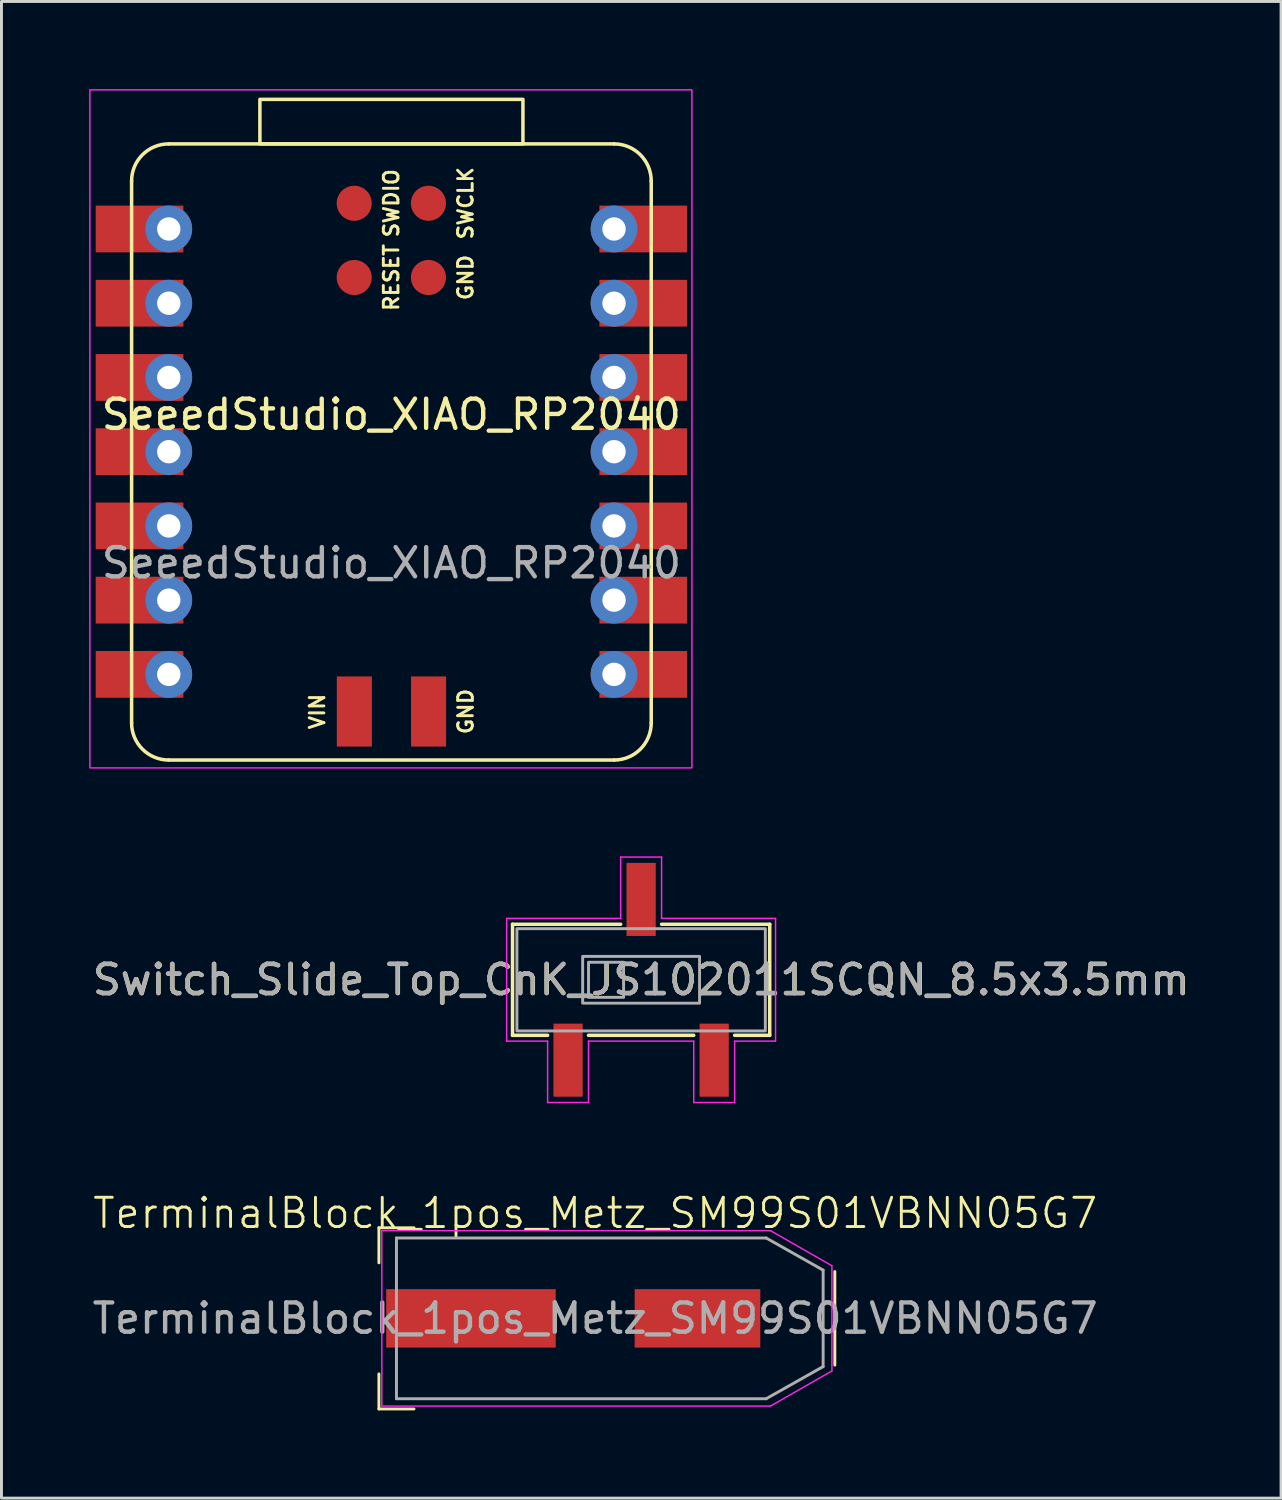
<source format=kicad_pcb>
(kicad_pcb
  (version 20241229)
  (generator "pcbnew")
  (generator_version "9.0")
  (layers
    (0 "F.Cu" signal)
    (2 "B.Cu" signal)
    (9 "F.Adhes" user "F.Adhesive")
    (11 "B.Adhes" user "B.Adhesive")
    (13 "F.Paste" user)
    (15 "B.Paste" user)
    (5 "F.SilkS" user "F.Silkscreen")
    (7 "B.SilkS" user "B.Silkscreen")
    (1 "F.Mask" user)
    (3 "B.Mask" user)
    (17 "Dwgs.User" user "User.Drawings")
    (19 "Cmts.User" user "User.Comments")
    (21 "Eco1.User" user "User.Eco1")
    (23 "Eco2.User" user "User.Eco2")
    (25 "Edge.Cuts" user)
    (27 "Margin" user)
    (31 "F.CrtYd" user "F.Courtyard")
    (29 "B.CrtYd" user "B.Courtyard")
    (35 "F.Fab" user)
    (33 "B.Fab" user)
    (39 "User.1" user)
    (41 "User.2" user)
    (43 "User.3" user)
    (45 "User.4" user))
  (footprint "Switch_Slide_Top_CnK_JS102011SCQN_8.5x3.5mm"
    (layer "F.Cu")
    (at 18.887 30.475)
    (property "Reference" "Switch_Slide_Top_CnK_JS102011SCQN_8.5x3.5mm" (at 0.01 0 0) (layer "F.SilkS") (effects (font (size 1 1) (thickness 0.15))))
    (attr smd)
    (fp_line (start -4.4 -1.9) (end -4.4 1.9) (stroke (width 0.12) (type default)) (layer "F.SilkS"))
    (fp_line (start -4.4 1.9) (end -3.2 1.9) (stroke (width 0.12) (type default)) (layer "F.SilkS"))
    (fp_line (start -1.8 1.9) (end 1.8 1.9) (stroke (width 0.12) (type default)) (layer "F.SilkS"))
    (fp_line (start -0.7 -1.9) (end -4.4 -1.9) (stroke (width 0.12) (type default)) (layer "F.SilkS"))
    (fp_line (start 3.2 1.9) (end 4.4 1.9) (stroke (width 0.12) (type default)) (layer "F.SilkS"))
    (fp_line (start 4.4 -1.9) (end 0.7 -1.9) (stroke (width 0.12) (type default)) (layer "F.SilkS"))
    (fp_line (start 4.4 1.9) (end 4.4 -1.9) (stroke (width 0.12) (type default)) (layer "F.SilkS"))
    (fp_line (start -4.6 -2.1) (end -0.7 -2.1) (stroke (width 0.05) (type default)) (layer "F.CrtYd"))
    (fp_line (start -4.6 2.1) (end -4.6 -2.1) (stroke (width 0.05) (type default)) (layer "F.CrtYd"))
    (fp_line (start -3.2 2.1) (end -4.6 2.1) (stroke (width 0.05) (type default)) (layer "F.CrtYd"))
    (fp_line (start -3.2 2.1) (end -3.2 4.2) (stroke (width 0.05) (type default)) (layer "F.CrtYd"))
    (fp_line (start -3.2 4.2) (end -1.8 4.2) (stroke (width 0.05) (type default)) (layer "F.CrtYd"))
    (fp_line (start -1.8 4.2) (end -1.8 2.1) (stroke (width 0.05) (type default)) (layer "F.CrtYd"))
    (fp_line (start -0.7 -4.2) (end 0.7 -4.2) (stroke (width 0.05) (type default)) (layer "F.CrtYd"))
    (fp_line (start -0.7 -2.1) (end -0.7 -4.2) (stroke (width 0.05) (type default)) (layer "F.CrtYd"))
    (fp_line (start 0.7 -4.2) (end 0.7 -2.1) (stroke (width 0.05) (type default)) (layer "F.CrtYd"))
    (fp_line (start 0.7 -2.1) (end 4.6 -2.1) (stroke (width 0.05) (type default)) (layer "F.CrtYd"))
    (fp_line (start 1.8 2.1) (end -1.8 2.1) (stroke (width 0.05) (type default)) (layer "F.CrtYd"))
    (fp_line (start 1.8 2.1) (end 1.8 4.2) (stroke (width 0.05) (type default)) (layer "F.CrtYd"))
    (fp_line (start 1.8 4.2) (end 3.2 4.2) (stroke (width 0.05) (type default)) (layer "F.CrtYd"))
    (fp_line (start 3.2 4.2) (end 3.2 2.1) (stroke (width 0.05) (type default)) (layer "F.CrtYd"))
    (fp_line (start 4.6 -2.1) (end 4.6 2.1) (stroke (width 0.05) (type default)) (layer "F.CrtYd"))
    (fp_line (start 4.6 2.1) (end 3.2 2.1) (stroke (width 0.05) (type default)) (layer "F.CrtYd"))
    (fp_rect (start -4.25 -1.75) (end 4.25 1.75) (stroke (width 0.1) (type default)) (fill no) (layer "F.Fab"))
    (fp_rect (start -2 -0.8) (end 2 0.8) (stroke (width 0.1) (type default)) (fill no) (layer "F.Fab"))
    (fp_rect (start -1.8 -0.6) (end -0.6 0.6) (stroke (width 0.1) (type default)) (fill no) (layer "F.Fab"))
    (fp_text user "${REFERENCE}" (at 0 0 0) (layer "F.Fab") (effects (font (size 1 1) (thickness 0.15))))
    (pad "1" smd rect (at -2.5 2.75) (size 1 2.5) (layers "F.Cu" "F.Mask" "F.Paste"))
    (pad "2" smd rect (at 0 -2.75) (size 1 2.5) (layers "F.Cu" "F.Mask" "F.Paste"))
    (pad "3" smd rect (at 2.5 2.75) (size 1 2.5) (layers "F.Cu" "F.Mask" "F.Paste")))
  (footprint "TerminalBlock_1pos_Metz_SM99S01VBNN05G7"
    (layer "F.Cu")
    (at 17.315 42.06)
    (property "Reference" "TerminalBlock_1pos_Metz_SM99S01VBNN05G7" (at 0 -3.6 0) (unlocked yes) (layer "F.SilkS") (effects (font (size 1 1) (thickness 0.1))))
    (attr smd)
    (fp_line (start -7.4 -3.1) (end -7.4 -1.9) (stroke (width 0.1) (type default)) (layer "F.SilkS"))
    (fp_line (start -7.4 1.9) (end -7.4 3.1) (stroke (width 0.1) (type default)) (layer "F.SilkS"))
    (fp_line (start -7.4 3.1) (end -6.2 3.1) (stroke (width 0.1) (type default)) (layer "F.SilkS"))
    (fp_line (start -6.2 -3.1) (end -7.4 -3.1) (stroke (width 0.1) (type default)) (layer "F.SilkS"))
    (fp_line (start 8.2 -1.6) (end 8.2 1.6) (stroke (width 0.1) (type default)) (layer "F.SilkS"))
    (fp_line (start -7.3 -3) (end 6 -3) (stroke (width 0.05) (type default)) (layer "F.CrtYd"))
    (fp_line (start -7.3 3) (end -7.3 -3) (stroke (width 0.05) (type default)) (layer "F.CrtYd"))
    (fp_line (start 6 -3) (end 8.1 -1.8) (stroke (width 0.05) (type default)) (layer "F.CrtYd"))
    (fp_line (start 6 3) (end -7.3 3) (stroke (width 0.05) (type default)) (layer "F.CrtYd"))
    (fp_line (start 8.1 -1.8) (end 8.1 1.8) (stroke (width 0.05) (type default)) (layer "F.CrtYd"))
    (fp_line (start 8.1 1.8) (end 6 3) (stroke (width 0.05) (type default)) (layer "F.CrtYd"))
    (fp_line (start -6.8 -2.75) (end -6.8 2.75) (stroke (width 0.1) (type default)) (layer "F.Fab"))
    (fp_line (start -6.8 -2.75) (end 5.85 -2.75) (stroke (width 0.1) (type default)) (layer "F.Fab"))
    (fp_line (start -6.8 2.75) (end 5.85 2.75) (stroke (width 0.1) (type default)) (layer "F.Fab"))
    (fp_line (start 5.85 -2.75) (end 7.8 -1.65) (stroke (width 0.1) (type default)) (layer "F.Fab"))
    (fp_line (start 5.85 2.75) (end 7.8 1.65) (stroke (width 0.1) (type default)) (layer "F.Fab"))
    (fp_line (start 7.8 -1.65) (end 7.8 1.65) (stroke (width 0.1) (type default)) (layer "F.Fab"))
    (fp_text user "${REFERENCE}" (at 0 0 0) (unlocked yes) (layer "F.Fab") (effects (font (size 1 1) (thickness 0.15))))
    (pad "1" smd rect (at -4.25 0) (size 5.8 2) (layers "F.Cu" "F.Mask" "F.Paste"))
    (pad "1" smd rect (at 3.5 0) (size 4.3 2) (layers "F.Cu" "F.Mask" "F.Paste")))
  (footprint "SeeedStudio_XIAO_RP2040"
    (layer "F.Cu")
    (at 10.34 12.405)
    (property "Reference" "SeeedStudio_XIAO_RP2040" (at 0 -1.27 0) (unlocked yes) (layer "F.SilkS") (effects (font (size 1 1) (thickness 0.15))))
    (attr through_hole)
    (fp_line (start -8.887 9.281) (end -8.887 -9.261) (stroke (width 0.12) (type solid)) (layer "F.SilkS"))
    (fp_line (start -7.617 -10.531) (end 7.622 -10.531) (stroke (width 0.12) (type solid)) (layer "F.SilkS"))
    (fp_line (start 7.622 10.551) (end -7.617 10.551) (stroke (width 0.12) (type solid)) (layer "F.SilkS"))
    (fp_line (start 8.893 -9.261) (end 8.893 9.281) (stroke (width 0.12) (type solid)) (layer "F.SilkS"))
    (fp_rect (start -4.497 -10.531) (end 4.503 -12.055) (stroke (width 0.12) (type solid)) (fill no) (layer "F.SilkS"))
    (fp_arc (start -8.8875 -9.261) (mid -8.515526 -10.159026) (end -7.6175 -10.531) (stroke (width 0.12) (type solid)) (layer "F.SilkS"))
    (fp_arc (start -7.6175 10.551) (mid -8.515526 10.179026) (end -8.8875 9.281) (stroke (width 0.12) (type solid)) (layer "F.SilkS"))
    (fp_arc (start 7.6225 -10.531) (mid 8.520526 -10.159026) (end 8.8925 -9.261) (stroke (width 0.12) (type solid)) (layer "F.SilkS"))
    (fp_arc (start 8.8925 9.281) (mid 8.520526 10.179026) (end 7.6225 10.551) (stroke (width 0.12) (type solid)) (layer "F.SilkS"))
    (fp_rect (start -10.315 -12.38) (end 10.285 10.82) (stroke (width 0.05) (type default)) (fill no) (layer "F.CrtYd"))
    (fp_text user "GND" (at 2.54 -5.96 90) (unlocked yes) (layer "F.SilkS") (effects (font (size 0.5 0.5) (thickness 0.1) (bold yes))))
    (fp_text user "SWCLK" (at 2.54 -8.5 90) (unlocked yes) (layer "F.SilkS") (effects (font (size 0.5 0.5) (thickness 0.1) (bold yes))))
    (fp_text user "SWDIO" (at 0 -8.5 90) (unlocked yes) (layer "F.SilkS") (effects (font (size 0.5 0.5) (thickness 0.1) (bold yes))))
    (fp_text user "VIN" (at -2.535 8.89 90) (unlocked yes) (layer "F.SilkS") (effects (font (size 0.5 0.5) (thickness 0.1) (bold yes))))
    (fp_text user "RESET" (at 0 -5.96 90) (unlocked yes) (layer "F.SilkS") (effects (font (size 0.5 0.5) (thickness 0.1) (bold yes))))
    (fp_text user "GND" (at 2.545 8.89 90) (unlocked yes) (layer "F.SilkS") (effects (font (size 0.5 0.5) (thickness 0.1) (bold yes))))
    (fp_text user "${REFERENCE}" (at 0.003 3.81 0) (unlocked yes) (layer "F.Fab") (effects (font (size 1 1) (thickness 0.15))))
    (pad "1" thru_hole circle (at -7.615 -7.62) (size 1.6 1.6) (drill 0.8) (layers "*.Cu" "*.Mask"))
    (pad "1" smd rect (at -7.615 -7.62) (size 3 1.6) (drill (offset -1 0)) (layers "F.Cu" "F.Mask" "F.Paste"))
    (pad "2" thru_hole circle (at -7.615 -5.08) (size 1.6 1.6) (drill 0.8) (layers "*.Cu" "*.Mask"))
    (pad "2" smd rect (at -7.615 -5.08) (size 3 1.6) (drill (offset -1 0)) (layers "F.Cu" "F.Mask" "F.Paste"))
    (pad "3" thru_hole circle (at -7.615 -2.54) (size 1.6 1.6) (drill 0.8) (layers "*.Cu" "*.Mask"))
    (pad "3" smd rect (at -7.615 -2.54) (size 3 1.6) (drill (offset -1 0)) (layers "F.Cu" "F.Mask" "F.Paste"))
    (pad "4" thru_hole circle (at -7.615 0) (size 1.6 1.6) (drill 0.8) (layers "*.Cu" "*.Mask"))
    (pad "4" smd rect (at -7.615 0) (size 3 1.6) (drill (offset -1 0)) (layers "F.Cu" "F.Mask" "F.Paste"))
    (pad "5" thru_hole circle (at -7.615 2.54) (size 1.6 1.6) (drill 0.8) (layers "*.Cu" "*.Mask"))
    (pad "5" smd rect (at -7.615 2.54) (size 3 1.6) (drill (offset -1 0)) (layers "F.Cu" "F.Mask" "F.Paste"))
    (pad "6" thru_hole circle (at -7.615 5.08) (size 1.6 1.6) (drill 0.8) (layers "*.Cu" "*.Mask"))
    (pad "6" smd rect (at -7.615 5.08) (size 3 1.6) (drill (offset -1 0)) (layers "F.Cu" "F.Mask" "F.Paste"))
    (pad "7" thru_hole circle (at -7.615 7.62) (size 1.6 1.6) (drill 0.8) (layers "*.Cu" "*.Mask"))
    (pad "7" smd rect (at -7.615 7.62) (size 3 1.6) (drill (offset -1 0)) (layers "F.Cu" "F.Mask" "F.Paste"))
    (pad "8" thru_hole circle (at 7.62 7.62) (size 1.6 1.6) (drill 0.8) (layers "*.Cu" "*.Mask"))
    (pad "8" smd rect (at 7.62 7.62) (size 3 1.6) (drill (offset 1 0)) (layers "F.Cu" "F.Mask" "F.Paste"))
    (pad "9" thru_hole circle (at 7.62 5.08) (size 1.6 1.6) (drill 0.8) (layers "*.Cu" "*.Mask"))
    (pad "9" smd rect (at 7.62 5.08) (size 3 1.6) (drill (offset 1 0)) (layers "F.Cu" "F.Mask" "F.Paste"))
    (pad "10" thru_hole circle (at 7.62 2.54) (size 1.6 1.6) (drill 0.8) (layers "*.Cu" "*.Mask"))
    (pad "10" smd rect (at 7.62 2.54) (size 3 1.6) (drill (offset 1 0)) (layers "F.Cu" "F.Mask" "F.Paste"))
    (pad "11" thru_hole circle (at 7.62 0) (size 1.6 1.6) (drill 0.8) (layers "*.Cu" "*.Mask"))
    (pad "11" smd rect (at 7.62 0) (size 3 1.6) (drill (offset 1 0)) (layers "F.Cu" "F.Mask" "F.Paste"))
    (pad "12" thru_hole circle (at 7.62 -2.54) (size 1.6 1.6) (drill 0.8) (layers "*.Cu" "*.Mask"))
    (pad "12" smd rect (at 7.62 -2.54) (size 3 1.6) (drill (offset 1 0)) (layers "F.Cu" "F.Mask" "F.Paste"))
    (pad "13" thru_hole circle (at 7.62 -5.08) (size 1.6 1.6) (drill 0.8) (layers "*.Cu" "*.Mask"))
    (pad "13" smd rect (at 7.62 -5.08) (size 3 1.6) (drill (offset 1 0)) (layers "F.Cu" "F.Mask" "F.Paste"))
    (pad "14" thru_hole circle (at 7.62 -7.62) (size 1.6 1.6) (drill 0.8) (layers "*.Cu" "*.Mask"))
    (pad "14" smd rect (at 7.62 -7.62) (size 3 1.6) (drill (offset 1 0)) (layers "F.Cu" "F.Mask" "F.Paste"))
    (pad "15" smd rect (at 1.275 8.89 270) (size 2.4 1.2) (layers "F.Cu" "F.Mask" "F.Paste"))
    (pad "16" smd rect (at -1.265 8.89 270) (size 2.4 1.2) (layers "F.Cu" "F.Mask" "F.Paste"))
    (pad "17" smd circle (at -1.27 -8.5) (size 1.2 1.2) (layers "F.Cu" "F.Mask" "F.Paste"))
    (pad "18" smd circle (at -1.27 -5.96) (size 1.2 1.2) (layers "F.Cu" "F.Mask" "F.Paste"))
    (pad "19" smd circle (at 1.27 -5.96) (size 1.2 1.2) (layers "F.Cu" "F.Mask" "F.Paste"))
    (pad "20" smd circle (at 1.27 -8.5) (size 1.2 1.2) (layers "F.Cu" "F.Mask" "F.Paste"))
    (zone (net_name "") (layers "F.Cu" "F.Mask" "F.Paste" "User.1") (name "USB_MECHA") (hatch edge 0.5) (connect_pads) (min_thickness 0.25) (filled_areas_thickness no) (keepout (tracks not_allowed) (vias not_allowed) (pads not_allowed) (copperpour not_allowed) (footprints not_allowed)) (placement (enabled no)) (fill) (polygon (pts (xy 5.14 1.855) (xy 6.54 1.855) (xy 6.54 3.905) (xy 5.14 3.905))))
    (zone (net_name "") (layers "F.Cu" "F.Mask" "F.Paste" "User.1") (name "USB_MECHA") (hatch edge 0.5) (connect_pads) (min_thickness 0.25) (filled_areas_thickness no) (keepout (tracks not_allowed) (vias not_allowed) (pads not_allowed) (copperpour not_allowed) (footprints not_allowed)) (placement (enabled no)) (fill) (polygon (pts (xy 5.14 5.905) (xy 6.54 5.905) (xy 6.54 8.105) (xy 5.14 8.105))))
    (zone (net_name "") (layers "F.Cu" "F.Mask" "F.Paste" "User.1") (name "USB_MECHA") (hatch edge 0.5) (connect_pads) (min_thickness 0.25) (filled_areas_thickness no) (keepout (tracks not_allowed) (vias not_allowed) (pads not_allowed) (copperpour not_allowed) (footprints not_allowed)) (placement (enabled no)) (fill) (polygon (pts (xy 14.14 1.855) (xy 15.54 1.855) (xy 15.54 3.905) (xy 14.14 3.905))))
    (zone (net_name "") (layers "F.Cu" "F.Mask" "F.Paste" "User.1") (name "USB_MECHA") (hatch edge 0.5) (connect_pads) (min_thickness 0.25) (filled_areas_thickness no) (keepout (tracks not_allowed) (vias not_allowed) (pads not_allowed) (copperpour not_allowed) (footprints not_allowed)) (placement (enabled no)) (fill) (polygon (pts (xy 14.14 5.905) (xy 15.54 5.905) (xy 15.54 8.105) (xy 14.14 8.105)))))
  (gr_rect
    (start -3 -3)
    (end 40.784 48.211)
    (stroke (width 0.1) (type default))
    (fill no)
    (layer "Edge.Cuts")))
</source>
